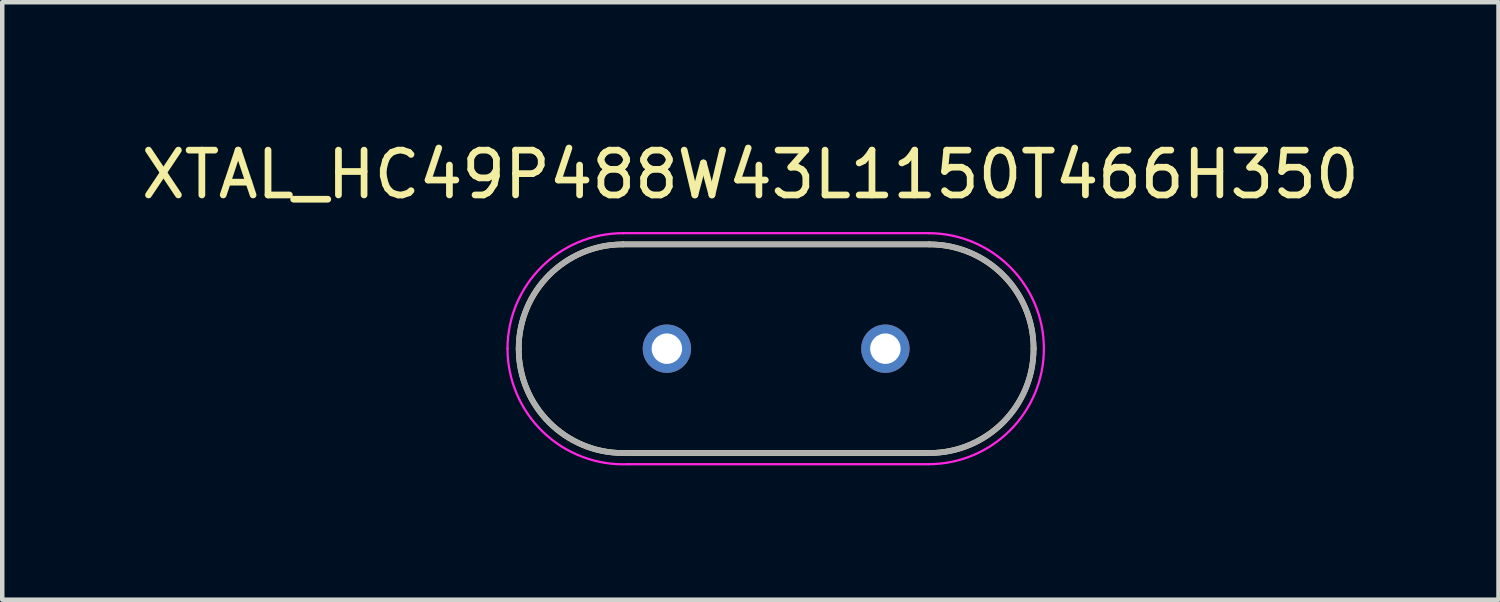
<source format=kicad_pcb>
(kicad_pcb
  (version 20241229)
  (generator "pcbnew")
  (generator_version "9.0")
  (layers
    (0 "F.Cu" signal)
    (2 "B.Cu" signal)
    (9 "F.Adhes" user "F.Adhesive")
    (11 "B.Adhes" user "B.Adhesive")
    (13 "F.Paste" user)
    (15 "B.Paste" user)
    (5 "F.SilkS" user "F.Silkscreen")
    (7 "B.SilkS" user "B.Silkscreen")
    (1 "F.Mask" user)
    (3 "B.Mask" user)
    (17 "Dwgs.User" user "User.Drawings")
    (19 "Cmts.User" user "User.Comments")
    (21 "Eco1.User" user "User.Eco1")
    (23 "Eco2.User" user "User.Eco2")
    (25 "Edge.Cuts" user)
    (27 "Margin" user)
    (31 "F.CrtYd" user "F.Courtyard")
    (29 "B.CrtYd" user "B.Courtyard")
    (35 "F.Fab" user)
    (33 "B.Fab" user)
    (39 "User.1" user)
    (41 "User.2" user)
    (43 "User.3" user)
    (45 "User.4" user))
  (footprint "XTAL_HC49P488W43L1150T466H350"
    (layer "F.Cu")
    (at 14.285 4.738)
    (property "Reference" "XTAL_HC49P488W43L1150T466H350" (at -0.576 -3.889 0) (layer "F.SilkS") (effects (font (size 1.001 1.001) (thickness 0.15))))
    (attr through_hole)
    (fp_line (start -3.42 -2.33) (end 3.42 -2.33) (stroke (width 0.127) (type solid)) (layer "F.SilkS"))
    (fp_line (start -3.42 2.33) (end 3.42 2.33) (stroke (width 0.127) (type solid)) (layer "F.SilkS"))
    (fp_arc (start -5.75 0) (mid -5.067559 -1.647559) (end -3.42 -2.33) (stroke (width 0.127) (type solid)) (layer "F.SilkS"))
    (fp_arc (start -3.42 2.33) (mid -5.067559 1.647559) (end -5.75 0) (stroke (width 0.127) (type solid)) (layer "F.SilkS"))
    (fp_arc (start 3.42 -2.33) (mid 5.067559 -1.647559) (end 5.75 0) (stroke (width 0.127) (type solid)) (layer "F.SilkS"))
    (fp_arc (start 5.75 0) (mid 5.067559 1.647559) (end 3.42 2.33) (stroke (width 0.127) (type solid)) (layer "F.SilkS"))
    (fp_line (start -3.41 -2.58) (end 3.4 -2.58) (stroke (width 0.05) (type solid)) (layer "F.CrtYd"))
    (fp_line (start -3.3 2.58) (end 3.4 2.58) (stroke (width 0.05) (type solid)) (layer "F.CrtYd"))
    (fp_arc (start -6 0) (mid -5.239335 -1.826407) (end -3.41 -2.58) (stroke (width 0.05) (type solid)) (layer "F.CrtYd"))
    (fp_arc (start -3.3 2.58) (mid -5.200175 1.865765) (end -6.000001 0) (stroke (width 0.05) (type solid)) (layer "F.CrtYd"))
    (fp_arc (start 3.4 -2.58) (mid 5.98 0) (end 3.4 2.58) (stroke (width 0.05) (type solid)) (layer "F.CrtYd"))
    (fp_line (start -3.42 -2.33) (end 3.42 -2.33) (stroke (width 0.127) (type solid)) (layer "F.Fab"))
    (fp_line (start -3.42 2.33) (end 3.42 2.33) (stroke (width 0.127) (type solid)) (layer "F.Fab"))
    (fp_arc (start -5.75 0) (mid -5.067559 -1.647559) (end -3.42 -2.33) (stroke (width 0.127) (type solid)) (layer "F.Fab"))
    (fp_arc (start -3.42 2.33) (mid -5.067559 1.647559) (end -5.75 0) (stroke (width 0.127) (type solid)) (layer "F.Fab"))
    (fp_arc (start 3.42 -2.33) (mid 5.067559 -1.647559) (end 5.75 0) (stroke (width 0.127) (type solid)) (layer "F.Fab"))
    (fp_arc (start 5.75 0) (mid 5.067559 1.647559) (end 3.42 2.33) (stroke (width 0.127) (type solid)) (layer "F.Fab"))
    (pad "1" thru_hole circle (at -2.44 0) (size 1.08 1.08) (drill 0.68) (layers "*.Cu" "*.Mask"))
    (pad "2" thru_hole circle (at 2.44 0) (size 1.08 1.08) (drill 0.68) (layers "*.Cu" "*.Mask")))
  (gr_rect
    (start -3 -3)
    (end 30.419 10.345)
    (stroke (width 0.1) (type default))
    (fill no)
    (layer "Edge.Cuts")))
</source>
